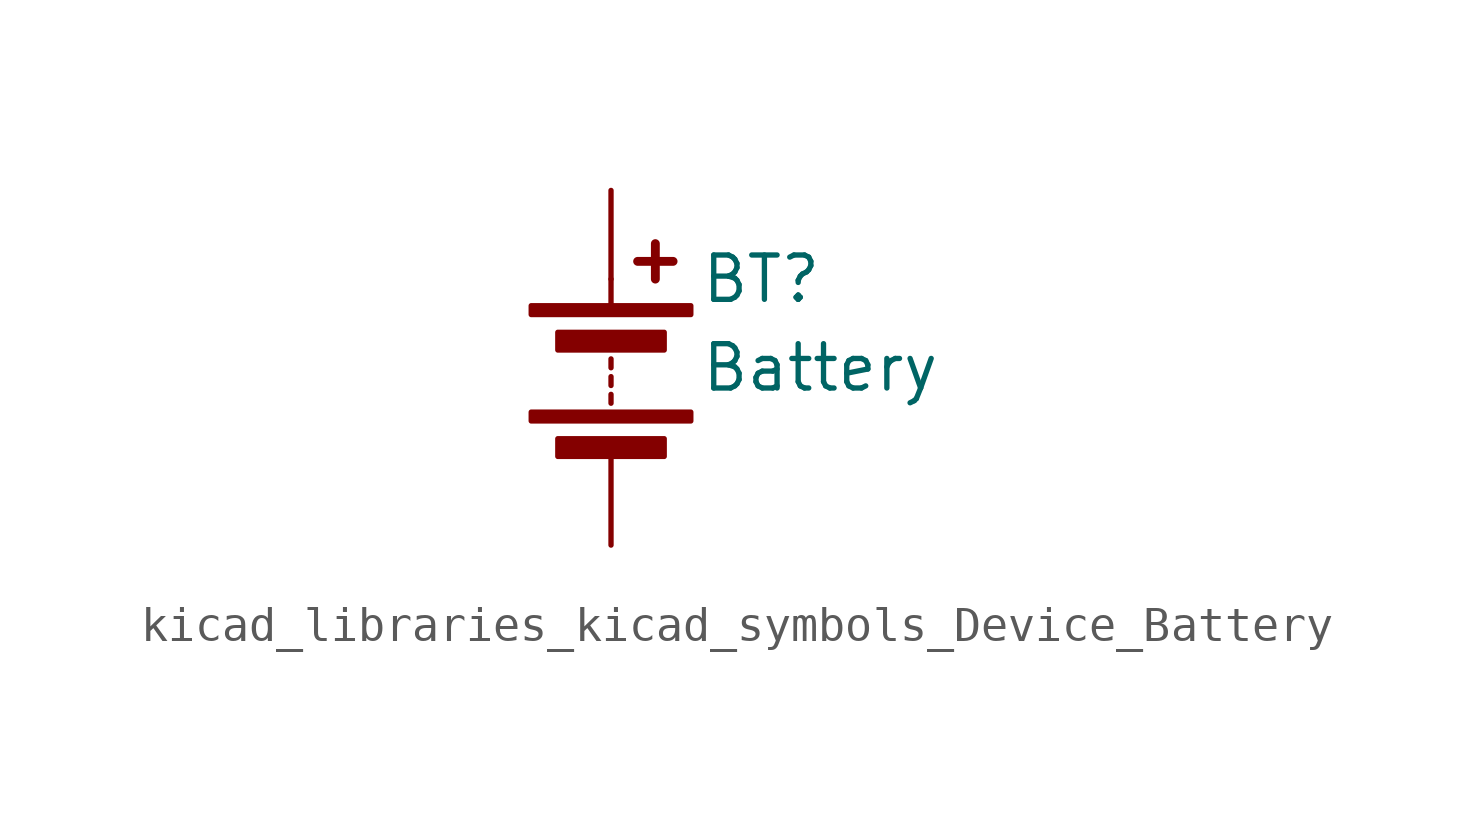
<source format=kicad_sym>
(kicad_symbol_lib
  (version 20220914)
  (generator kicad_symbol_editor)
  (symbol "kicad_libraries_kicad_symbols_Device_Battery"
    (pin_numbers hide)
    (pin_names
      (offset 0) hide)
    (property "Reference" "BT"
      (at 2.54 2.54 0)
      (effects (font (size 1.27 1.27)) (justify left)))
    (property "Value" "Battery"
      (at 2.54 0 0)
      (effects (font (size 1.27 1.27)) (justify left)))
    (symbol "kicad_libraries_kicad_symbols_Device_Battery_0_1"
      (rectangle (start -2.286 -1.27) (end 2.286 -1.524) (stroke (width 0) (type default)) (fill (type outline)))
      (rectangle (start -2.286 1.778) (end 2.286 1.524) (stroke (width 0) (type default)) (fill (type outline)))
      (rectangle (start -1.524 -2.032) (end 1.524 -2.54) (stroke (width 0) (type default)) (fill (type outline)))
      (rectangle (start -1.524 1.016) (end 1.524 0.508) (stroke (width 0) (type default)) (fill (type outline)))
      (polyline (pts (xy 0 -1.016) (xy 0 -0.762)) (stroke (width 0) (type default)) (fill (type none)))
      (polyline (pts (xy 0 -0.508) (xy 0 -0.254)) (stroke (width 0) (type default)) (fill (type none)))
      (polyline (pts (xy 0 0) (xy 0 0.254)) (stroke (width 0) (type default)) (fill (type none)))
      (polyline (pts (xy 0 1.778) (xy 0 2.54)) (stroke (width 0) (type default)) (fill (type none)))
      (polyline (pts (xy 0.762 3.048) (xy 1.778 3.048)) (stroke (width 0.254) (type default)) (fill (type none)))
      (polyline (pts (xy 1.27 3.556) (xy 1.27 2.54)) (stroke (width 0.254) (type default)) (fill (type none))))
    (symbol "kicad_libraries_kicad_symbols_Device_Battery_1_1"
      (pin passive line (at 0 5.08 270) (length 2.54) (name "+" (effects (font (size 1.27 1.27)))) (number "1" (effects (font (size 1.27 1.27)))))
      (pin passive line (at 0 -5.08 90) (length 2.54) (name "-" (effects (font (size 1.27 1.27)))) (number "2" (effects (font (size 1.27 1.27))))))))
</source>
